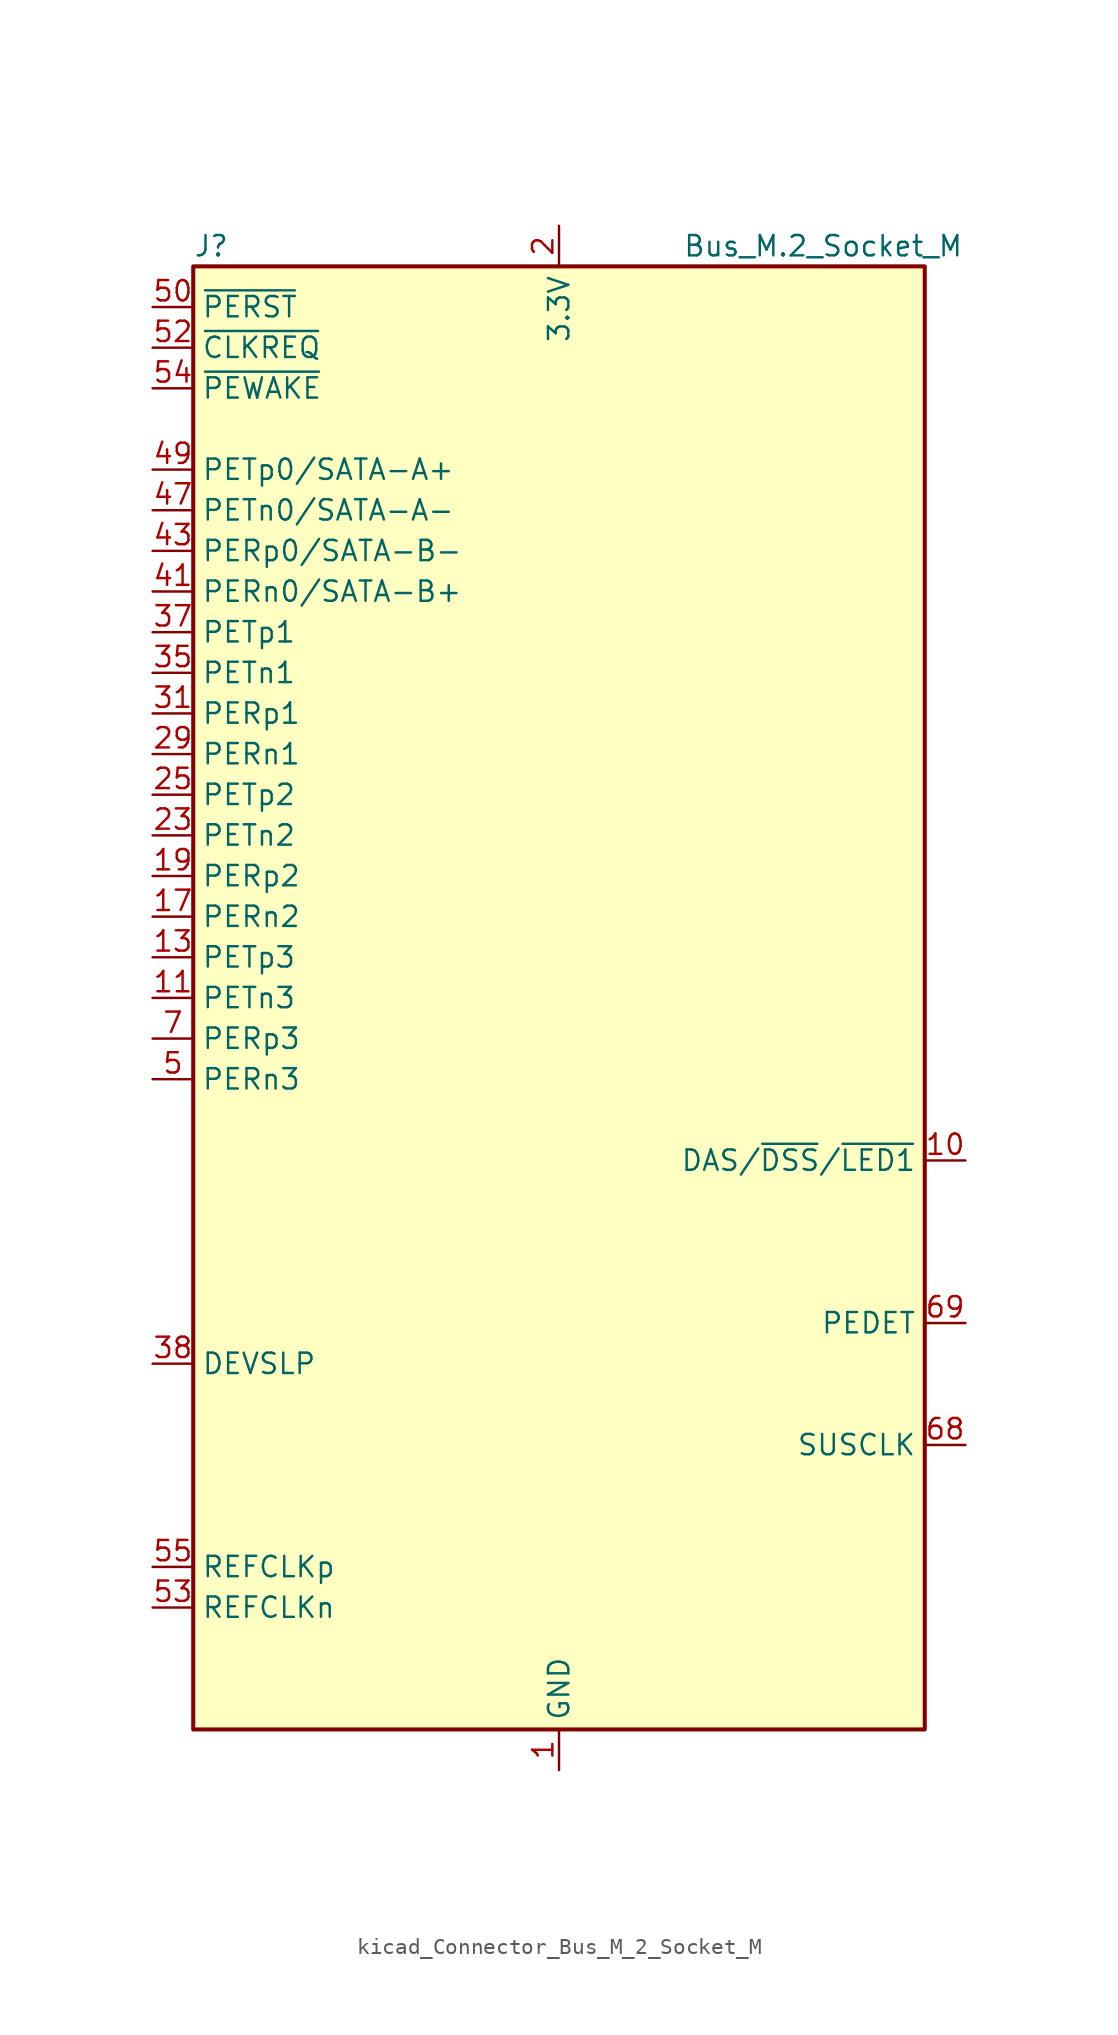
<source format=kicad_sym>
(kicad_symbol_lib
  (version 20220914)
  (generator kicad_symbol_editor)
  (symbol "kicad_Connector_Bus_M_2_Socket_M"
    (property "Reference" "J"
      (at -22.86 46.99 0)
      (effects (font (size 1.27 1.27)) (justify left)))
    (property "Value" "Bus_M.2_Socket_M"
      (at 16.51 46.99 0)
      (effects (font (size 1.27 1.27))))
    (symbol "kicad_Connector_Bus_M_2_Socket_M_0_1"
      (rectangle (start -22.86 45.72) (end 22.86 -45.72) (stroke (width 0.254) (type default)) (fill (type background))))
    (symbol "kicad_Connector_Bus_M_2_Socket_M_1_1"
      (pin power_in line (at 0 -48.26 90) (length 2.54) (name "GND" (effects (font (size 1.27 1.27)))) (number "1" (effects (font (size 1.27 1.27)))))
      (pin bidirectional line (at 25.4 -10.16 180) (length 2.54) (name "DAS/~{DSS}/~{LED1}" (effects (font (size 1.27 1.27)))) (number "10" (effects (font (size 1.27 1.27)))))
      (pin output line (at -25.4 0 0) (length 2.54) (name "PETn3" (effects (font (size 1.27 1.27)))) (number "11" (effects (font (size 1.27 1.27)))))
      (pin passive line (at 0 48.26 270) (length 2.54) hide (name "3.3V" (effects (font (size 1.27 1.27)))) (number "12" (effects (font (size 1.27 1.27)))))
      (pin output line (at -25.4 2.54 0) (length 2.54) (name "PETp3" (effects (font (size 1.27 1.27)))) (number "13" (effects (font (size 1.27 1.27)))))
      (pin passive line (at 0 48.26 270) (length 2.54) hide (name "3.3V" (effects (font (size 1.27 1.27)))) (number "14" (effects (font (size 1.27 1.27)))))
      (pin passive line (at 0 -48.26 90) (length 2.54) hide (name "GND" (effects (font (size 1.27 1.27)))) (number "15" (effects (font (size 1.27 1.27)))))
      (pin passive line (at 0 48.26 270) (length 2.54) hide (name "3.3V" (effects (font (size 1.27 1.27)))) (number "16" (effects (font (size 1.27 1.27)))))
      (pin input line (at -25.4 5.08 0) (length 2.54) (name "PERn2" (effects (font (size 1.27 1.27)))) (number "17" (effects (font (size 1.27 1.27)))))
      (pin passive line (at 0 48.26 270) (length 2.54) hide (name "3.3V" (effects (font (size 1.27 1.27)))) (number "18" (effects (font (size 1.27 1.27)))))
      (pin input line (at -25.4 7.62 0) (length 2.54) (name "PERp2" (effects (font (size 1.27 1.27)))) (number "19" (effects (font (size 1.27 1.27)))))
      (pin power_in line (at 0 48.26 270) (length 2.54) (name "3.3V" (effects (font (size 1.27 1.27)))) (number "2" (effects (font (size 1.27 1.27)))))
      (pin no_connect line (at 22.86 2.54 180) (length 2.54) hide (name "NC" (effects (font (size 1.27 1.27)))) (number "20" (effects (font (size 1.27 1.27)))))
      (pin passive line (at 0 -48.26 90) (length 2.54) hide (name "GND" (effects (font (size 1.27 1.27)))) (number "21" (effects (font (size 1.27 1.27)))))
      (pin no_connect line (at 22.86 5.08 180) (length 2.54) hide (name "NC" (effects (font (size 1.27 1.27)))) (number "22" (effects (font (size 1.27 1.27)))))
      (pin output line (at -25.4 10.16 0) (length 2.54) (name "PETn2" (effects (font (size 1.27 1.27)))) (number "23" (effects (font (size 1.27 1.27)))))
      (pin no_connect line (at 22.86 7.62 180) (length 2.54) hide (name "NC" (effects (font (size 1.27 1.27)))) (number "24" (effects (font (size 1.27 1.27)))))
      (pin output line (at -25.4 12.7 0) (length 2.54) (name "PETp2" (effects (font (size 1.27 1.27)))) (number "25" (effects (font (size 1.27 1.27)))))
      (pin no_connect line (at 22.86 10.16 180) (length 2.54) hide (name "NC" (effects (font (size 1.27 1.27)))) (number "26" (effects (font (size 1.27 1.27)))))
      (pin passive line (at 0 -48.26 90) (length 2.54) hide (name "GND" (effects (font (size 1.27 1.27)))) (number "27" (effects (font (size 1.27 1.27)))))
      (pin no_connect line (at 22.86 12.7 180) (length 2.54) hide (name "NC" (effects (font (size 1.27 1.27)))) (number "28" (effects (font (size 1.27 1.27)))))
      (pin input line (at -25.4 15.24 0) (length 2.54) (name "PERn1" (effects (font (size 1.27 1.27)))) (number "29" (effects (font (size 1.27 1.27)))))
      (pin passive line (at 0 -48.26 90) (length 2.54) hide (name "GND" (effects (font (size 1.27 1.27)))) (number "3" (effects (font (size 1.27 1.27)))))
      (pin no_connect line (at 22.86 15.24 180) (length 2.54) hide (name "NC" (effects (font (size 1.27 1.27)))) (number "30" (effects (font (size 1.27 1.27)))))
      (pin input line (at -25.4 17.78 0) (length 2.54) (name "PERp1" (effects (font (size 1.27 1.27)))) (number "31" (effects (font (size 1.27 1.27)))))
      (pin no_connect line (at 22.86 17.78 180) (length 2.54) hide (name "NC" (effects (font (size 1.27 1.27)))) (number "32" (effects (font (size 1.27 1.27)))))
      (pin passive line (at 0 -48.26 90) (length 2.54) hide (name "GND" (effects (font (size 1.27 1.27)))) (number "33" (effects (font (size 1.27 1.27)))))
      (pin no_connect line (at 22.86 20.32 180) (length 2.54) hide (name "NC" (effects (font (size 1.27 1.27)))) (number "34" (effects (font (size 1.27 1.27)))))
      (pin output line (at -25.4 20.32 0) (length 2.54) (name "PETn1" (effects (font (size 1.27 1.27)))) (number "35" (effects (font (size 1.27 1.27)))))
      (pin no_connect line (at 22.86 22.86 180) (length 2.54) hide (name "NC" (effects (font (size 1.27 1.27)))) (number "36" (effects (font (size 1.27 1.27)))))
      (pin output line (at -25.4 22.86 0) (length 2.54) (name "PETp1" (effects (font (size 1.27 1.27)))) (number "37" (effects (font (size 1.27 1.27)))))
      (pin output line (at -25.4 -22.86 0) (length 2.54) (name "DEVSLP" (effects (font (size 1.27 1.27)))) (number "38" (effects (font (size 1.27 1.27)))))
      (pin passive line (at 0 -48.26 90) (length 2.54) hide (name "GND" (effects (font (size 1.27 1.27)))) (number "39" (effects (font (size 1.27 1.27)))))
      (pin passive line (at 0 48.26 270) (length 2.54) hide (name "3.3V" (effects (font (size 1.27 1.27)))) (number "4" (effects (font (size 1.27 1.27)))))
      (pin no_connect line (at 22.86 25.4 180) (length 2.54) hide (name "NC" (effects (font (size 1.27 1.27)))) (number "40" (effects (font (size 1.27 1.27)))))
      (pin input line (at -25.4 25.4 0) (length 2.54) (name "PERn0/SATA-B+" (effects (font (size 1.27 1.27)))) (number "41" (effects (font (size 1.27 1.27)))))
      (pin no_connect line (at 22.86 27.94 180) (length 2.54) hide (name "NC" (effects (font (size 1.27 1.27)))) (number "42" (effects (font (size 1.27 1.27)))))
      (pin input line (at -25.4 27.94 0) (length 2.54) (name "PERp0/SATA-B-" (effects (font (size 1.27 1.27)))) (number "43" (effects (font (size 1.27 1.27)))))
      (pin no_connect line (at 22.86 30.48 180) (length 2.54) hide (name "NC" (effects (font (size 1.27 1.27)))) (number "44" (effects (font (size 1.27 1.27)))))
      (pin passive line (at 0 -48.26 90) (length 2.54) hide (name "GND" (effects (font (size 1.27 1.27)))) (number "45" (effects (font (size 1.27 1.27)))))
      (pin no_connect line (at 22.86 33.02 180) (length 2.54) hide (name "NC" (effects (font (size 1.27 1.27)))) (number "46" (effects (font (size 1.27 1.27)))))
      (pin output line (at -25.4 30.48 0) (length 2.54) (name "PETn0/SATA-A-" (effects (font (size 1.27 1.27)))) (number "47" (effects (font (size 1.27 1.27)))))
      (pin no_connect line (at 22.86 35.56 180) (length 2.54) hide (name "NC" (effects (font (size 1.27 1.27)))) (number "48" (effects (font (size 1.27 1.27)))))
      (pin output line (at -25.4 33.02 0) (length 2.54) (name "PETp0/SATA-A+" (effects (font (size 1.27 1.27)))) (number "49" (effects (font (size 1.27 1.27)))))
      (pin input line (at -25.4 -5.08 0) (length 2.54) (name "PERn3" (effects (font (size 1.27 1.27)))) (number "5" (effects (font (size 1.27 1.27)))))
      (pin output line (at -25.4 43.18 0) (length 2.54) (name "~{PERST}" (effects (font (size 1.27 1.27)))) (number "50" (effects (font (size 1.27 1.27)))))
      (pin passive line (at 0 -48.26 90) (length 2.54) hide (name "GND" (effects (font (size 1.27 1.27)))) (number "51" (effects (font (size 1.27 1.27)))))
      (pin bidirectional line (at -25.4 40.64 0) (length 2.54) (name "~{CLKREQ}" (effects (font (size 1.27 1.27)))) (number "52" (effects (font (size 1.27 1.27)))))
      (pin output line (at -25.4 -38.1 0) (length 2.54) (name "REFCLKn" (effects (font (size 1.27 1.27)))) (number "53" (effects (font (size 1.27 1.27)))))
      (pin bidirectional line (at -25.4 38.1 0) (length 2.54) (name "~{PEWAKE}" (effects (font (size 1.27 1.27)))) (number "54" (effects (font (size 1.27 1.27)))))
      (pin output line (at -25.4 -35.56 0) (length 2.54) (name "REFCLKp" (effects (font (size 1.27 1.27)))) (number "55" (effects (font (size 1.27 1.27)))))
      (pin no_connect line (at 22.86 38.1 180) (length 2.54) hide (name "NC" (effects (font (size 1.27 1.27)))) (number "56" (effects (font (size 1.27 1.27)))))
      (pin passive line (at 0 -48.26 90) (length 2.54) hide (name "GND" (effects (font (size 1.27 1.27)))) (number "57" (effects (font (size 1.27 1.27)))))
      (pin no_connect line (at 22.86 40.64 180) (length 2.54) hide (name "NC" (effects (font (size 1.27 1.27)))) (number "58" (effects (font (size 1.27 1.27)))))
      (pin no_connect line (at 22.86 -2.54 180) (length 2.54) hide (name "NC" (effects (font (size 1.27 1.27)))) (number "6" (effects (font (size 1.27 1.27)))))
      (pin no_connect line (at 22.86 -5.08 180) (length 2.54) hide (name "NC" (effects (font (size 1.27 1.27)))) (number "67" (effects (font (size 1.27 1.27)))))
      (pin output line (at 25.4 -27.94 180) (length 2.54) (name "SUSCLK" (effects (font (size 1.27 1.27)))) (number "68" (effects (font (size 1.27 1.27)))))
      (pin passive line (at 25.4 -20.32 180) (length 2.54) (name "PEDET" (effects (font (size 1.27 1.27)))) (number "69" (effects (font (size 1.27 1.27)))))
      (pin input line (at -25.4 -2.54 0) (length 2.54) (name "PERp3" (effects (font (size 1.27 1.27)))) (number "7" (effects (font (size 1.27 1.27)))))
      (pin passive line (at 0 48.26 270) (length 2.54) hide (name "3.3V" (effects (font (size 1.27 1.27)))) (number "70" (effects (font (size 1.27 1.27)))))
      (pin passive line (at 0 -48.26 90) (length 2.54) hide (name "GND" (effects (font (size 1.27 1.27)))) (number "71" (effects (font (size 1.27 1.27)))))
      (pin passive line (at 0 48.26 270) (length 2.54) hide (name "3.3V" (effects (font (size 1.27 1.27)))) (number "72" (effects (font (size 1.27 1.27)))))
      (pin passive line (at 0 -48.26 90) (length 2.54) hide (name "GND" (effects (font (size 1.27 1.27)))) (number "73" (effects (font (size 1.27 1.27)))))
      (pin passive line (at 0 48.26 270) (length 2.54) hide (name "3.3V" (effects (font (size 1.27 1.27)))) (number "74" (effects (font (size 1.27 1.27)))))
      (pin passive line (at 0 -48.26 90) (length 2.54) hide (name "GND" (effects (font (size 1.27 1.27)))) (number "75" (effects (font (size 1.27 1.27)))))
      (pin no_connect line (at 22.86 0 180) (length 2.54) hide (name "NC" (effects (font (size 1.27 1.27)))) (number "8" (effects (font (size 1.27 1.27)))))
      (pin passive line (at 0 -48.26 90) (length 2.54) hide (name "GND" (effects (font (size 1.27 1.27)))) (number "9" (effects (font (size 1.27 1.27))))))))
</source>
